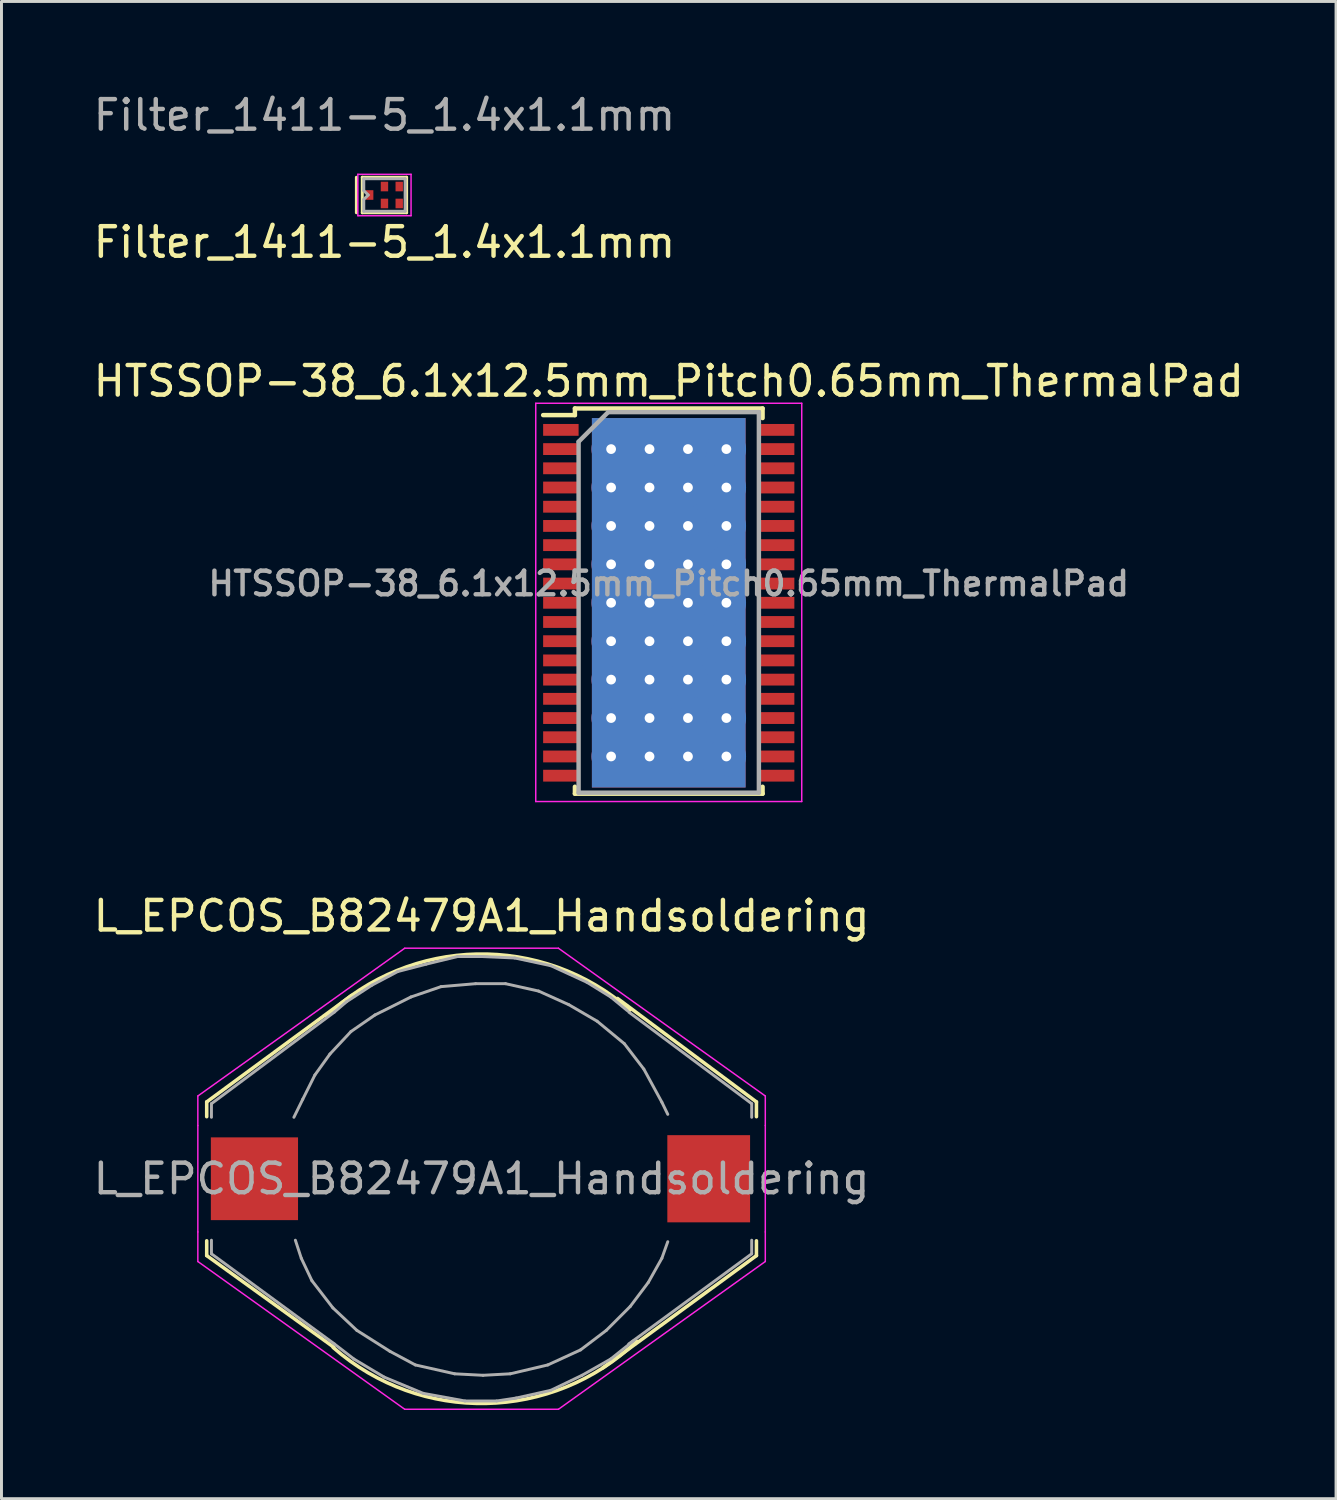
<source format=kicad_pcb>
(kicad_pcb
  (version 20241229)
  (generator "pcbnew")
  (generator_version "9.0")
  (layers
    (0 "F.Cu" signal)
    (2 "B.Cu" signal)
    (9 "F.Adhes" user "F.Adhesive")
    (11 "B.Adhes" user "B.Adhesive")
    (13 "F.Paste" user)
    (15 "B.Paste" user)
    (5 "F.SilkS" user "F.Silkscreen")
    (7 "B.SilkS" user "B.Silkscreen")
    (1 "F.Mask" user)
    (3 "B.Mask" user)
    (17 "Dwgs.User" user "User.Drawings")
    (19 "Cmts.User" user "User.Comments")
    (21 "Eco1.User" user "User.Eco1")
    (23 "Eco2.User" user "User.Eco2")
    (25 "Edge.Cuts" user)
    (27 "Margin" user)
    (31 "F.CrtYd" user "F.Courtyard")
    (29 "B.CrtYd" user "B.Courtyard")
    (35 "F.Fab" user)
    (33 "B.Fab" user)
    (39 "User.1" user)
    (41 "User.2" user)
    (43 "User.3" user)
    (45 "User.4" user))
  (footprint "HTSSOP-38_6.1x12.5mm_Pitch0.65mm_ThermalPad"
    (layer "F.Cu")
    (at 19.577 17.345)
    (property "Reference" "HTSSOP-38_6.1x12.5mm_Pitch0.65mm_ThermalPad" (at 0 -7.5 0) (layer "F.SilkS") (effects (font (size 1 1) (thickness 0.15))))
    (attr smd)
    (fp_line (start -4.25 -6.35) (end -3.175 -6.35) (stroke (width 0.15) (type solid)) (layer "F.SilkS"))
    (fp_line (start -3.175 -6.575) (end 3.175 -6.575) (stroke (width 0.15) (type solid)) (layer "F.SilkS"))
    (fp_line (start -3.175 -6.35) (end -3.175 -6.575) (stroke (width 0.15) (type solid)) (layer "F.SilkS"))
    (fp_line (start -3.175 6.225) (end -3.175 6.46) (stroke (width 0.15) (type solid)) (layer "F.SilkS"))
    (fp_line (start -3.175 6.46) (end 3.175 6.46) (stroke (width 0.15) (type solid)) (layer "F.SilkS"))
    (fp_line (start 3.175 -6.575) (end 3.175 -6.25) (stroke (width 0.15) (type solid)) (layer "F.SilkS"))
    (fp_line (start 3.175 6.46) (end 3.175 6.225) (stroke (width 0.15) (type solid)) (layer "F.SilkS"))
    (fp_line (start -4.5 -6.75) (end -4.5 6.725) (stroke (width 0.05) (type solid)) (layer "F.CrtYd"))
    (fp_line (start -4.5 6.725) (end 4.5 6.725) (stroke (width 0.05) (type solid)) (layer "F.CrtYd"))
    (fp_line (start 4.5 -6.75) (end -4.5 -6.75) (stroke (width 0.05) (type solid)) (layer "F.CrtYd"))
    (fp_line (start 4.5 6.725) (end 4.5 -6.75) (stroke (width 0.05) (type solid)) (layer "F.CrtYd"))
    (fp_line (start -3.05 -5.45) (end -2.05 -6.45) (stroke (width 0.15) (type solid)) (layer "F.Fab"))
    (fp_line (start -3.05 6.425) (end -3.05 -5.45) (stroke (width 0.15) (type solid)) (layer "F.Fab"))
    (fp_line (start -2.05 -6.45) (end 3.05 -6.45) (stroke (width 0.15) (type solid)) (layer "F.Fab"))
    (fp_line (start 3.05 -6.45) (end 3.05 6.425) (stroke (width 0.15) (type solid)) (layer "F.Fab"))
    (fp_line (start 3.05 6.425) (end -3.05 6.425) (stroke (width 0.15) (type solid)) (layer "F.Fab"))
    (fp_text user "${REFERENCE}" (at 0 -0.65 0) (layer "F.Fab") (effects (font (size 0.8 0.8) (thickness 0.15))))
    (pad "1" smd rect (at -3.65 -5.85) (size 1.2 0.4) (layers "F.Cu" "F.Mask" "F.Paste"))
    (pad "2" smd rect (at -3.65 -5.2) (size 1.2 0.4) (layers "F.Cu" "F.Mask" "F.Paste"))
    (pad "3" smd rect (at -3.65 -4.55) (size 1.2 0.4) (layers "F.Cu" "F.Mask" "F.Paste"))
    (pad "4" smd rect (at -3.65 -3.9) (size 1.2 0.4) (layers "F.Cu" "F.Mask" "F.Paste"))
    (pad "5" smd rect (at -3.65 -3.25) (size 1.2 0.4) (layers "F.Cu" "F.Mask" "F.Paste"))
    (pad "6" smd rect (at -3.65 -2.6) (size 1.2 0.4) (layers "F.Cu" "F.Mask" "F.Paste"))
    (pad "7" smd rect (at -3.65 -1.95) (size 1.2 0.4) (layers "F.Cu" "F.Mask" "F.Paste"))
    (pad "8" smd rect (at -3.65 -1.3) (size 1.2 0.4) (layers "F.Cu" "F.Mask" "F.Paste"))
    (pad "9" smd rect (at -3.65 -0.65) (size 1.2 0.4) (layers "F.Cu" "F.Mask" "F.Paste"))
    (pad "10" smd rect (at -3.65 0) (size 1.2 0.4) (layers "F.Cu" "F.Mask" "F.Paste"))
    (pad "11" smd rect (at -3.65 0.65) (size 1.2 0.4) (layers "F.Cu" "F.Mask" "F.Paste"))
    (pad "12" smd rect (at -3.65 1.3) (size 1.2 0.4) (layers "F.Cu" "F.Mask" "F.Paste"))
    (pad "13" smd rect (at -3.65 1.95) (size 1.2 0.4) (layers "F.Cu" "F.Mask" "F.Paste"))
    (pad "14" smd rect (at -3.65 2.6) (size 1.2 0.4) (layers "F.Cu" "F.Mask" "F.Paste"))
    (pad "15" smd rect (at -3.65 3.25) (size 1.2 0.4) (layers "F.Cu" "F.Mask" "F.Paste"))
    (pad "16" smd rect (at -3.65 3.9) (size 1.2 0.4) (layers "F.Cu" "F.Mask" "F.Paste"))
    (pad "17" smd rect (at -3.65 4.55) (size 1.2 0.4) (layers "F.Cu" "F.Mask" "F.Paste"))
    (pad "18" smd rect (at -3.65 5.2) (size 1.2 0.4) (layers "F.Cu" "F.Mask" "F.Paste"))
    (pad "19" smd rect (at -3.65 5.85) (size 1.2 0.4) (layers "F.Cu" "F.Mask" "F.Paste"))
    (pad "20" smd rect (at 3.65 5.85) (size 1.2 0.4) (layers "F.Cu" "F.Mask" "F.Paste"))
    (pad "21" smd rect (at 3.65 5.2) (size 1.2 0.4) (layers "F.Cu" "F.Mask" "F.Paste"))
    (pad "22" smd rect (at 3.65 4.55) (size 1.2 0.4) (layers "F.Cu" "F.Mask" "F.Paste"))
    (pad "23" smd rect (at 3.65 3.9) (size 1.2 0.4) (layers "F.Cu" "F.Mask" "F.Paste"))
    (pad "24" smd rect (at 3.65 3.25) (size 1.2 0.4) (layers "F.Cu" "F.Mask" "F.Paste"))
    (pad "25" smd rect (at 3.65 2.6) (size 1.2 0.4) (layers "F.Cu" "F.Mask" "F.Paste"))
    (pad "26" smd rect (at 3.65 1.95) (size 1.2 0.4) (layers "F.Cu" "F.Mask" "F.Paste"))
    (pad "27" smd rect (at 3.65 1.3) (size 1.2 0.4) (layers "F.Cu" "F.Mask" "F.Paste"))
    (pad "28" smd rect (at 3.65 0.65) (size 1.2 0.4) (layers "F.Cu" "F.Mask" "F.Paste"))
    (pad "29" smd rect (at 3.65 0) (size 1.2 0.4) (layers "F.Cu" "F.Mask" "F.Paste"))
    (pad "30" smd rect (at 3.65 -0.65) (size 1.2 0.4) (layers "F.Cu" "F.Mask" "F.Paste"))
    (pad "31" smd rect (at 3.65 -1.3) (size 1.2 0.4) (layers "F.Cu" "F.Mask" "F.Paste"))
    (pad "32" smd rect (at 3.65 -1.95) (size 1.2 0.4) (layers "F.Cu" "F.Mask" "F.Paste"))
    (pad "33" smd rect (at 3.65 -2.6) (size 1.2 0.4) (layers "F.Cu" "F.Mask" "F.Paste"))
    (pad "34" smd rect (at 3.65 -3.25) (size 1.2 0.4) (layers "F.Cu" "F.Mask" "F.Paste"))
    (pad "35" smd rect (at 3.65 -3.9) (size 1.2 0.4) (layers "F.Cu" "F.Mask" "F.Paste"))
    (pad "36" smd rect (at 3.65 -4.55) (size 1.2 0.4) (layers "F.Cu" "F.Mask" "F.Paste"))
    (pad "37" smd rect (at 3.65 -5.2) (size 1.2 0.4) (layers "F.Cu" "F.Mask" "F.Paste"))
    (pad "38" smd rect (at 3.65 -5.85) (size 1.2 0.4) (layers "F.Cu" "F.Mask" "F.Paste"))
    (pad "39" thru_hole circle (at -1.95 -5.2) (size 1.33 1.33) (drill 0.33) (layers "*.Cu"))
    (pad "39" thru_hole circle (at -1.95 -3.9) (size 1.33 1.33) (drill 0.33) (layers "*.Cu"))
    (pad "39" thru_hole circle (at -1.95 -2.6) (size 1.33 1.33) (drill 0.33) (layers "*.Cu"))
    (pad "39" thru_hole circle (at -1.95 -1.3) (size 1.33 1.33) (drill 0.33) (layers "*.Cu"))
    (pad "39" thru_hole circle (at -1.95 0) (size 1.33 1.33) (drill 0.33) (layers "*.Cu"))
    (pad "39" thru_hole circle (at -1.95 1.3) (size 1.33 1.33) (drill 0.33) (layers "*.Cu"))
    (pad "39" thru_hole circle (at -1.95 2.6) (size 1.33 1.33) (drill 0.33) (layers "*.Cu"))
    (pad "39" thru_hole circle (at -1.95 3.9) (size 1.33 1.33) (drill 0.33) (layers "*.Cu"))
    (pad "39" thru_hole circle (at -1.95 5.2) (size 1.33 1.33) (drill 0.33) (layers "*.Cu"))
    (pad "39" thru_hole circle (at -0.65 -5.2) (size 1.33 1.33) (drill 0.33) (layers "*.Cu"))
    (pad "39" thru_hole circle (at -0.65 -3.9) (size 1.33 1.33) (drill 0.33) (layers "*.Cu"))
    (pad "39" thru_hole circle (at -0.65 -2.6) (size 1.33 1.33) (drill 0.33) (layers "*.Cu"))
    (pad "39" thru_hole circle (at -0.65 -1.3) (size 1.33 1.33) (drill 0.33) (layers "*.Cu"))
    (pad "39" thru_hole circle (at -0.65 0) (size 1.33 1.33) (drill 0.33) (layers "*.Cu"))
    (pad "39" thru_hole circle (at -0.65 1.3) (size 1.33 1.33) (drill 0.33) (layers "*.Cu"))
    (pad "39" thru_hole circle (at -0.65 2.6) (size 1.33 1.33) (drill 0.33) (layers "*.Cu"))
    (pad "39" thru_hole circle (at -0.65 3.9) (size 1.33 1.33) (drill 0.33) (layers "*.Cu"))
    (pad "39" thru_hole circle (at -0.65 5.2) (size 1.33 1.33) (drill 0.33) (layers "*.Cu"))
    (pad "39" smd rect (at 0 0) (size 3.5 6.5) (layers "F.Cu" "F.Mask" "F.Paste"))
    (pad "39" smd rect (at 0 0) (size 5.2 12.5) (layers "*.Cu"))
    (pad "39" thru_hole circle (at 0.65 -5.2) (size 1.33 1.33) (drill 0.33) (layers "*.Cu"))
    (pad "39" thru_hole circle (at 0.65 -3.9) (size 1.33 1.33) (drill 0.33) (layers "*.Cu"))
    (pad "39" thru_hole circle (at 0.65 -2.6) (size 1.33 1.33) (drill 0.33) (layers "*.Cu"))
    (pad "39" thru_hole circle (at 0.65 -1.3) (size 1.33 1.33) (drill 0.33) (layers "*.Cu"))
    (pad "39" thru_hole circle (at 0.65 0) (size 1.33 1.33) (drill 0.33) (layers "*.Cu"))
    (pad "39" thru_hole circle (at 0.65 1.3) (size 1.33 1.33) (drill 0.33) (layers "*.Cu"))
    (pad "39" thru_hole circle (at 0.65 2.6) (size 1.33 1.33) (drill 0.33) (layers "*.Cu"))
    (pad "39" thru_hole circle (at 0.65 3.9) (size 1.33 1.33) (drill 0.33) (layers "*.Cu"))
    (pad "39" thru_hole circle (at 0.65 5.2) (size 1.33 1.33) (drill 0.33) (layers "*.Cu"))
    (pad "39" thru_hole circle (at 1.95 -5.2) (size 1.33 1.33) (drill 0.33) (layers "*.Cu"))
    (pad "39" thru_hole circle (at 1.95 -3.9) (size 1.33 1.33) (drill 0.33) (layers "*.Cu"))
    (pad "39" thru_hole circle (at 1.95 -2.6) (size 1.33 1.33) (drill 0.33) (layers "*.Cu"))
    (pad "39" thru_hole circle (at 1.95 -1.3) (size 1.33 1.33) (drill 0.33) (layers "*.Cu"))
    (pad "39" thru_hole circle (at 1.95 0) (size 1.33 1.33) (drill 0.33) (layers "*.Cu"))
    (pad "39" thru_hole circle (at 1.95 1.3) (size 1.33 1.33) (drill 0.33) (layers "*.Cu"))
    (pad "39" thru_hole circle (at 1.95 2.6) (size 1.33 1.33) (drill 0.33) (layers "*.Cu"))
    (pad "39" thru_hole circle (at 1.95 3.9) (size 1.33 1.33) (drill 0.33) (layers "*.Cu"))
    (pad "39" thru_hole circle (at 1.95 5.2) (size 1.33 1.33) (drill 0.33) (layers "*.Cu")))
  (footprint "Filter_1411-5_1.4x1.1mm"
    (layer "F.Cu")
    (at 9.958 3.548)
    (property "Reference" "Filter_1411-5_1.4x1.1mm" (at 0 1.6 0) (layer "F.SilkS") (effects (font (size 1 1) (thickness 0.15))))
    (attr smd)
    (fp_line (start -0.95 -0.6) (end -0.95 0.6) (stroke (width 0.1) (type solid)) (layer "F.SilkS"))
    (fp_line (start -0.75 -0.6) (end -0.75 0.6) (stroke (width 0.1) (type solid)) (layer "F.SilkS"))
    (fp_line (start -0.75 0.6) (end 0.75 0.6) (stroke (width 0.1) (type solid)) (layer "F.SilkS"))
    (fp_line (start 0.75 -0.6) (end -0.75 -0.6) (stroke (width 0.1) (type solid)) (layer "F.SilkS"))
    (fp_line (start 0.75 0.6) (end 0.75 -0.6) (stroke (width 0.1) (type solid)) (layer "F.SilkS"))
    (fp_line (start -0.9 -0.7) (end 0.9 -0.7) (stroke (width 0.05) (type solid)) (layer "F.CrtYd"))
    (fp_line (start -0.9 0.7) (end -0.9 -0.7) (stroke (width 0.05) (type solid)) (layer "F.CrtYd"))
    (fp_line (start 0.9 -0.7) (end 0.9 0.7) (stroke (width 0.05) (type solid)) (layer "F.CrtYd"))
    (fp_line (start 0.9 0.7) (end -0.9 0.7) (stroke (width 0.05) (type solid)) (layer "F.CrtYd"))
    (fp_line (start -0.7 -0.55) (end -0.7 -0.15) (stroke (width 0.1) (type solid)) (layer "F.Fab"))
    (fp_line (start -0.7 -0.55) (end 0.7 -0.55) (stroke (width 0.1) (type solid)) (layer "F.Fab"))
    (fp_line (start -0.7 -0.15) (end -0.55 0) (stroke (width 0.1) (type solid)) (layer "F.Fab"))
    (fp_line (start -0.7 0.15) (end -0.7 0.55) (stroke (width 0.1) (type solid)) (layer "F.Fab"))
    (fp_line (start -0.55 0) (end -0.7 0.15) (stroke (width 0.1) (type solid)) (layer "F.Fab"))
    (fp_line (start 0.7 -0.55) (end 0.7 0.55) (stroke (width 0.1) (type solid)) (layer "F.Fab"))
    (fp_line (start 0.7 0.55) (end -0.7 0.55) (stroke (width 0.1) (type solid)) (layer "F.Fab"))
    (fp_text user "${REFERENCE}" (at 0 -2.7 0) (layer "F.Fab") (effects (font (size 1 1) (thickness 0.15))))
    (pad "1" smd rect (at -0.5 0 90) (size 0.325 0.25) (layers "F.Cu" "F.Mask" "F.Paste"))
    (pad "2" smd rect (at 0 0.287 90) (size 0.325 0.25) (layers "F.Cu" "F.Mask" "F.Paste"))
    (pad "3" smd rect (at 0.5 0.287 90) (size 0.325 0.25) (layers "F.Cu" "F.Mask" "F.Paste"))
    (pad "4" smd rect (at 0.5 -0.287 90) (size 0.325 0.25) (layers "F.Cu" "F.Mask" "F.Paste"))
    (pad "5" smd rect (at 0 -0.287 90) (size 0.325 0.25) (layers "F.Cu" "F.Mask" "F.Paste")))
  (footprint "L_EPCOS_B82479A1_Handsoldering"
    (layer "F.Cu")
    (at 13.244 36.833)
    (property "Reference" "L_EPCOS_B82479A1_Handsoldering" (at 0 -8.89 0) (layer "F.SilkS") (effects (font (size 1 1) (thickness 0.15))))
    (attr smd)
    (fp_line (start -9.3 -2.6) (end -9.3 -2.1) (stroke (width 0.12) (type solid)) (layer "F.SilkS"))
    (fp_line (start -9.3 -2.6) (end -4.4 -6.2) (stroke (width 0.12) (type solid)) (layer "F.SilkS"))
    (fp_line (start -9.3 2.6) (end -9.3 2.1) (stroke (width 0.12) (type solid)) (layer "F.SilkS"))
    (fp_line (start -5 5.7) (end -9.3 2.6) (stroke (width 0.12) (type solid)) (layer "F.SilkS"))
    (fp_line (start 4.1 6.4) (end 9.3 2.6) (stroke (width 0.12) (type solid)) (layer "F.SilkS"))
    (fp_line (start 4.6 -6.1) (end 9.3 -2.6) (stroke (width 0.12) (type solid)) (layer "F.SilkS"))
    (fp_line (start 9.3 -2.6) (end 9.3 -2.1) (stroke (width 0.12) (type solid)) (layer "F.SilkS"))
    (fp_line (start 9.3 2.6) (end 9.3 2.1) (stroke (width 0.12) (type solid)) (layer "F.SilkS"))
    (fp_arc (start -5.25 -5.5) (mid -0.15496 -7.601874) (end 5.021503 -5.709379) (stroke (width 0.12) (type solid)) (layer "F.SilkS"))
    (fp_arc (start 5.25 5.5) (mid 0.15496 7.601874) (end -5.021503 5.709379) (stroke (width 0.12) (type solid)) (layer "F.SilkS"))
    (fp_line (start -9.6 -2.8) (end -2.6 -7.8) (stroke (width 0.05) (type solid)) (layer "F.CrtYd"))
    (fp_line (start -9.6 -1.8) (end -9.6 -2.8) (stroke (width 0.05) (type solid)) (layer "F.CrtYd"))
    (fp_line (start -9.6 1.8) (end -9.6 -1.8) (stroke (width 0.05) (type solid)) (layer "F.CrtYd"))
    (fp_line (start -9.6 2.8) (end -9.6 1.8) (stroke (width 0.05) (type solid)) (layer "F.CrtYd"))
    (fp_line (start -2.6 -7.8) (end 2.6 -7.8) (stroke (width 0.05) (type solid)) (layer "F.CrtYd"))
    (fp_line (start -2.6 7.8) (end -9.6 2.8) (stroke (width 0.05) (type solid)) (layer "F.CrtYd"))
    (fp_line (start 2.6 -7.8) (end 9.6 -2.8) (stroke (width 0.05) (type solid)) (layer "F.CrtYd"))
    (fp_line (start 2.6 7.8) (end -2.6 7.8) (stroke (width 0.05) (type solid)) (layer "F.CrtYd"))
    (fp_line (start 9.6 -2.8) (end 9.6 -1.8) (stroke (width 0.05) (type solid)) (layer "F.CrtYd"))
    (fp_line (start 9.6 -1.8) (end 9.6 1.8) (stroke (width 0.05) (type solid)) (layer "F.CrtYd"))
    (fp_line (start 9.6 1.8) (end 9.6 2.8) (stroke (width 0.05) (type solid)) (layer "F.CrtYd"))
    (fp_line (start 9.6 2.8) (end 2.6 7.8) (stroke (width 0.05) (type solid)) (layer "F.CrtYd"))
    (fp_line (start -9.14 -2.54) (end -4.98 -5.64) (stroke (width 0.1) (type solid)) (layer "F.Fab"))
    (fp_line (start -9.14 -2.08) (end -9.14 -2.54) (stroke (width 0.1) (type solid)) (layer "F.Fab"))
    (fp_line (start -9.14 2.08) (end -9.14 2.54) (stroke (width 0.1) (type solid)) (layer "F.Fab"))
    (fp_line (start -9.14 2.54) (end -4.98 5.59) (stroke (width 0.1) (type solid)) (layer "F.Fab"))
    (fp_line (start -6.35 -2.08) (end -6.05 -2.69) (stroke (width 0.1) (type solid)) (layer "F.Fab"))
    (fp_line (start -6.3 2.08) (end -6.1 2.69) (stroke (width 0.1) (type solid)) (layer "F.Fab"))
    (fp_line (start -6.1 2.69) (end -5.74 3.45) (stroke (width 0.1) (type solid)) (layer "F.Fab"))
    (fp_line (start -6.05 -2.69) (end -5.64 -3.51) (stroke (width 0.1) (type solid)) (layer "F.Fab"))
    (fp_line (start -5.74 3.45) (end -5.03 4.37) (stroke (width 0.1) (type solid)) (layer "F.Fab"))
    (fp_line (start -5.64 -3.51) (end -5.13 -4.22) (stroke (width 0.1) (type solid)) (layer "F.Fab"))
    (fp_line (start -5.13 -4.22) (end -4.42 -4.98) (stroke (width 0.1) (type solid)) (layer "F.Fab"))
    (fp_line (start -5.03 4.37) (end -4.22 5.13) (stroke (width 0.1) (type solid)) (layer "F.Fab"))
    (fp_line (start -4.98 -5.64) (end -4.57 -5.99) (stroke (width 0.1) (type solid)) (layer "F.Fab"))
    (fp_line (start -4.98 5.59) (end -4.32 6.1) (stroke (width 0.1) (type solid)) (layer "F.Fab"))
    (fp_line (start -4.57 -5.99) (end -3.71 -6.55) (stroke (width 0.1) (type solid)) (layer "F.Fab"))
    (fp_line (start -4.42 -4.98) (end -3.61 -5.54) (stroke (width 0.1) (type solid)) (layer "F.Fab"))
    (fp_line (start -4.32 6.1) (end -3.3 6.71) (stroke (width 0.1) (type solid)) (layer "F.Fab"))
    (fp_line (start -4.22 5.13) (end -3.1 5.84) (stroke (width 0.1) (type solid)) (layer "F.Fab"))
    (fp_line (start -3.71 -6.55) (end -2.84 -7.01) (stroke (width 0.1) (type solid)) (layer "F.Fab"))
    (fp_line (start -3.61 -5.54) (end -2.39 -6.15) (stroke (width 0.1) (type solid)) (layer "F.Fab"))
    (fp_line (start -3.3 6.71) (end -1.98 7.26) (stroke (width 0.1) (type solid)) (layer "F.Fab"))
    (fp_line (start -3.1 5.84) (end -2.24 6.3) (stroke (width 0.1) (type solid)) (layer "F.Fab"))
    (fp_line (start -2.84 -7.01) (end -1.88 -7.26) (stroke (width 0.1) (type solid)) (layer "F.Fab"))
    (fp_line (start -2.39 -6.15) (end -1.37 -6.5) (stroke (width 0.1) (type solid)) (layer "F.Fab"))
    (fp_line (start -2.24 6.3) (end -0.91 6.6) (stroke (width 0.1) (type solid)) (layer "F.Fab"))
    (fp_line (start -1.98 7.26) (end -0.56 7.52) (stroke (width 0.1) (type solid)) (layer "F.Fab"))
    (fp_line (start -1.88 -7.26) (end -0.81 -7.52) (stroke (width 0.1) (type solid)) (layer "F.Fab"))
    (fp_line (start -1.37 -6.5) (end -0.2 -6.6) (stroke (width 0.1) (type solid)) (layer "F.Fab"))
    (fp_line (start -0.91 6.6) (end 0.05 6.65) (stroke (width 0.1) (type solid)) (layer "F.Fab"))
    (fp_line (start -0.81 -7.52) (end 0 -7.52) (stroke (width 0.1) (type solid)) (layer "F.Fab"))
    (fp_line (start -0.56 7.52) (end 0.51 7.52) (stroke (width 0.1) (type solid)) (layer "F.Fab"))
    (fp_line (start -0.2 -6.6) (end 0.81 -6.6) (stroke (width 0.1) (type solid)) (layer "F.Fab"))
    (fp_line (start 0 -7.52) (end 1.12 -7.47) (stroke (width 0.1) (type solid)) (layer "F.Fab"))
    (fp_line (start 0.05 6.65) (end 0.97 6.6) (stroke (width 0.1) (type solid)) (layer "F.Fab"))
    (fp_line (start 0.51 7.52) (end 1.17 7.42) (stroke (width 0.1) (type solid)) (layer "F.Fab"))
    (fp_line (start 0.81 -6.6) (end 1.93 -6.35) (stroke (width 0.1) (type solid)) (layer "F.Fab"))
    (fp_line (start 0.97 6.6) (end 2.24 6.3) (stroke (width 0.1) (type solid)) (layer "F.Fab"))
    (fp_line (start 1.12 -7.47) (end 2.34 -7.21) (stroke (width 0.1) (type solid)) (layer "F.Fab"))
    (fp_line (start 1.17 7.42) (end 2.34 7.16) (stroke (width 0.1) (type solid)) (layer "F.Fab"))
    (fp_line (start 1.93 -6.35) (end 2.95 -5.89) (stroke (width 0.1) (type solid)) (layer "F.Fab"))
    (fp_line (start 2.24 6.3) (end 3.35 5.79) (stroke (width 0.1) (type solid)) (layer "F.Fab"))
    (fp_line (start 2.34 -7.21) (end 3.56 -6.65) (stroke (width 0.1) (type solid)) (layer "F.Fab"))
    (fp_line (start 2.34 7.16) (end 3.4 6.65) (stroke (width 0.1) (type solid)) (layer "F.Fab"))
    (fp_line (start 2.95 -5.89) (end 3.91 -5.33) (stroke (width 0.1) (type solid)) (layer "F.Fab"))
    (fp_line (start 3.35 5.79) (end 4.22 5.13) (stroke (width 0.1) (type solid)) (layer "F.Fab"))
    (fp_line (start 3.4 6.65) (end 4.37 6.1) (stroke (width 0.1) (type solid)) (layer "F.Fab"))
    (fp_line (start 3.56 -6.65) (end 4.37 -6.15) (stroke (width 0.1) (type solid)) (layer "F.Fab"))
    (fp_line (start 3.91 -5.33) (end 4.83 -4.57) (stroke (width 0.1) (type solid)) (layer "F.Fab"))
    (fp_line (start 4.22 5.13) (end 5.03 4.32) (stroke (width 0.1) (type solid)) (layer "F.Fab"))
    (fp_line (start 4.37 -6.15) (end 4.93 -5.69) (stroke (width 0.1) (type solid)) (layer "F.Fab"))
    (fp_line (start 4.37 6.1) (end 5.13 5.49) (stroke (width 0.1) (type solid)) (layer "F.Fab"))
    (fp_line (start 4.83 -4.57) (end 5.49 -3.71) (stroke (width 0.1) (type solid)) (layer "F.Fab"))
    (fp_line (start 5.03 4.32) (end 5.64 3.51) (stroke (width 0.1) (type solid)) (layer "F.Fab"))
    (fp_line (start 5.49 -3.71) (end 6.1 -2.59) (stroke (width 0.1) (type solid)) (layer "F.Fab"))
    (fp_line (start 5.64 3.51) (end 6.1 2.69) (stroke (width 0.1) (type solid)) (layer "F.Fab"))
    (fp_line (start 6.1 -2.59) (end 6.3 -2.18) (stroke (width 0.1) (type solid)) (layer "F.Fab"))
    (fp_line (start 6.1 2.69) (end 6.3 2.13) (stroke (width 0.1) (type solid)) (layer "F.Fab"))
    (fp_line (start 9.14 -2.54) (end 4.98 -5.64) (stroke (width 0.1) (type solid)) (layer "F.Fab"))
    (fp_line (start 9.14 -2.08) (end 9.14 -2.54) (stroke (width 0.1) (type solid)) (layer "F.Fab"))
    (fp_line (start 9.14 2.08) (end 9.14 2.54) (stroke (width 0.1) (type solid)) (layer "F.Fab"))
    (fp_line (start 9.14 2.54) (end 4.98 5.59) (stroke (width 0.1) (type solid)) (layer "F.Fab"))
    (fp_text user "${REFERENCE}" (at 0 0 0) (layer "F.Fab") (effects (font (size 1 1) (thickness 0.15))))
    (pad "1" smd rect (at 7.685 0) (size 2.8 2.95) (layers "F.Cu" "F.Mask" "F.Paste"))
    (pad "2" smd rect (at -7.685 0) (size 2.95 2.8) (layers "F.Cu" "F.Mask" "F.Paste")))
  (gr_rect
    (start -3 -3)
    (end 42.155 47.658)
    (stroke (width 0.1) (type default))
    (fill no)
    (layer "Edge.Cuts")))
</source>
